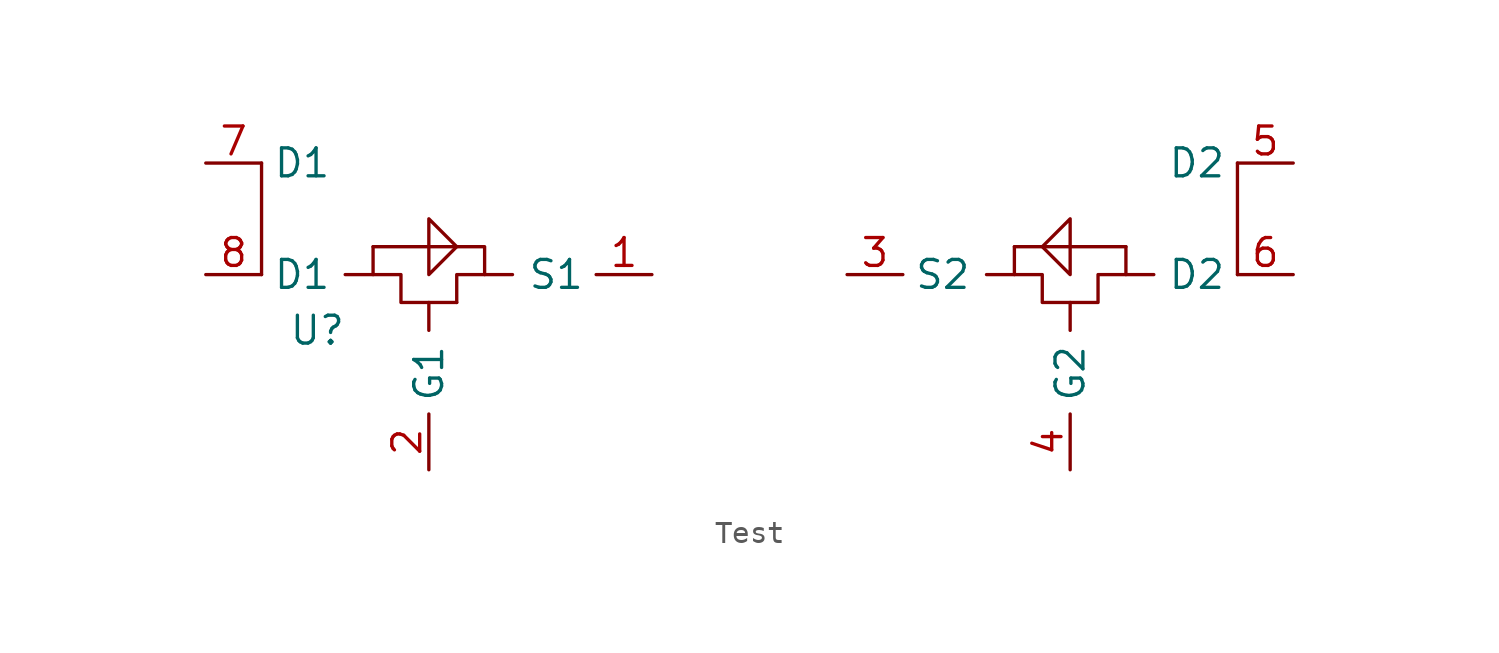
<source format=kicad_sym>
(kicad_symbol_lib
  (version 20220914)
  (generator kicad_symbol_editor)
  (symbol "Test"
    (property "Reference" "U"
      (at -5.08 1.27 0)
      (effects (font (size 1.27 1.27))))
    (property "Value" ""
      (at 0 0 0)
      (effects (font (size 1.27 1.27))))
    (symbol "Test_0_1"
      (polyline (pts (xy -7.62 8.89) (xy -7.62 3.81)) (stroke (width 0) (type default)) (fill (type none)))
      (polyline (pts (xy -2.54 3.81) (xy -2.54 5.08)) (stroke (width 0) (type default)) (fill (type none)))
      (polyline (pts (xy 0 2.54) (xy 0 1.27)) (stroke (width 0) (type default)) (fill (type none)))
      (polyline (pts (xy 26.67 5.08) (xy 26.67 3.81)) (stroke (width 0) (type default)) (fill (type none)))
      (polyline (pts (xy 26.67 5.08) (xy 31.75 5.08)) (stroke (width 0) (type default)) (fill (type none)))
      (polyline (pts (xy 29.21 2.54) (xy 29.21 1.27)) (stroke (width 0) (type default)) (fill (type none)))
      (polyline (pts (xy 31.75 3.81) (xy 31.75 5.08)) (stroke (width 0) (type default)) (fill (type none)))
      (polyline (pts (xy 36.83 8.89) (xy 36.83 3.81)) (stroke (width 0) (type default)) (fill (type none)))
      (polyline (pts (xy -2.54 5.08) (xy 2.54 5.08) (xy 2.54 3.81)) (stroke (width 0) (type default)) (fill (type none)))
      (polyline (pts (xy 1.27 2.54) (xy 1.27 3.81) (xy 3.81 3.81)) (stroke (width 0) (type default)) (fill (type none)))
      (polyline (pts (xy 1.27 5.08) (xy 0 6.35) (xy 0 3.81) (xy 1.27 5.08)) (stroke (width 0) (type default)) (fill (type none)))
      (polyline (pts (xy 27.94 5.08) (xy 29.21 6.35) (xy 29.21 3.81) (xy 27.94 5.08)) (stroke (width 0) (type default)) (fill (type none)))
      (polyline (pts (xy -1.27 2.54) (xy 1.27 2.54) (xy -1.27 2.54) (xy -1.27 3.81) (xy -3.81 3.81)) (stroke (width 0) (type default)) (fill (type none)))
      (polyline (pts (xy 33.02 3.81) (xy 30.48 3.81) (xy 30.48 2.54) (xy 27.94 2.54) (xy 27.94 3.81) (xy 25.4 3.81)) (stroke (width 0) (type default)) (fill (type none))))
    (symbol "Test_1_1"
      (pin input line (at 10.16 3.81 180) (length 2.54) (name "S1" (effects (font (size 1.27 1.27)))) (number "1" (effects (font (size 1.27 1.27)))))
      (pin input line (at 0 -5.08 90) (length 2.54) (name "G1" (effects (font (size 1.27 1.27)))) (number "2" (effects (font (size 1.27 1.27)))))
      (pin input line (at 19.05 3.81 0) (length 2.54) (name "S2" (effects (font (size 1.27 1.27)))) (number "3" (effects (font (size 1.27 1.27)))))
      (pin input line (at 29.21 -5.08 90) (length 2.54) (name "G2" (effects (font (size 1.27 1.27)))) (number "4" (effects (font (size 1.27 1.27)))))
      (pin input line (at 39.37 8.89 180) (length 2.54) (name "D2" (effects (font (size 1.27 1.27)))) (number "5" (effects (font (size 1.27 1.27)))))
      (pin input line (at 39.37 3.81 180) (length 2.54) (name "D2" (effects (font (size 1.27 1.27)))) (number "6" (effects (font (size 1.27 1.27)))))
      (pin bidirectional line (at -10.16 8.89 0) (length 2.54) (name "D1" (effects (font (size 1.27 1.27)))) (number "7" (effects (font (size 1.27 1.27)))))
      (pin bidirectional line (at -10.16 3.81 0) (length 2.54) (name "D1" (effects (font (size 1.27 1.27)))) (number "8" (effects (font (size 1.27 1.27))))))))
</source>
